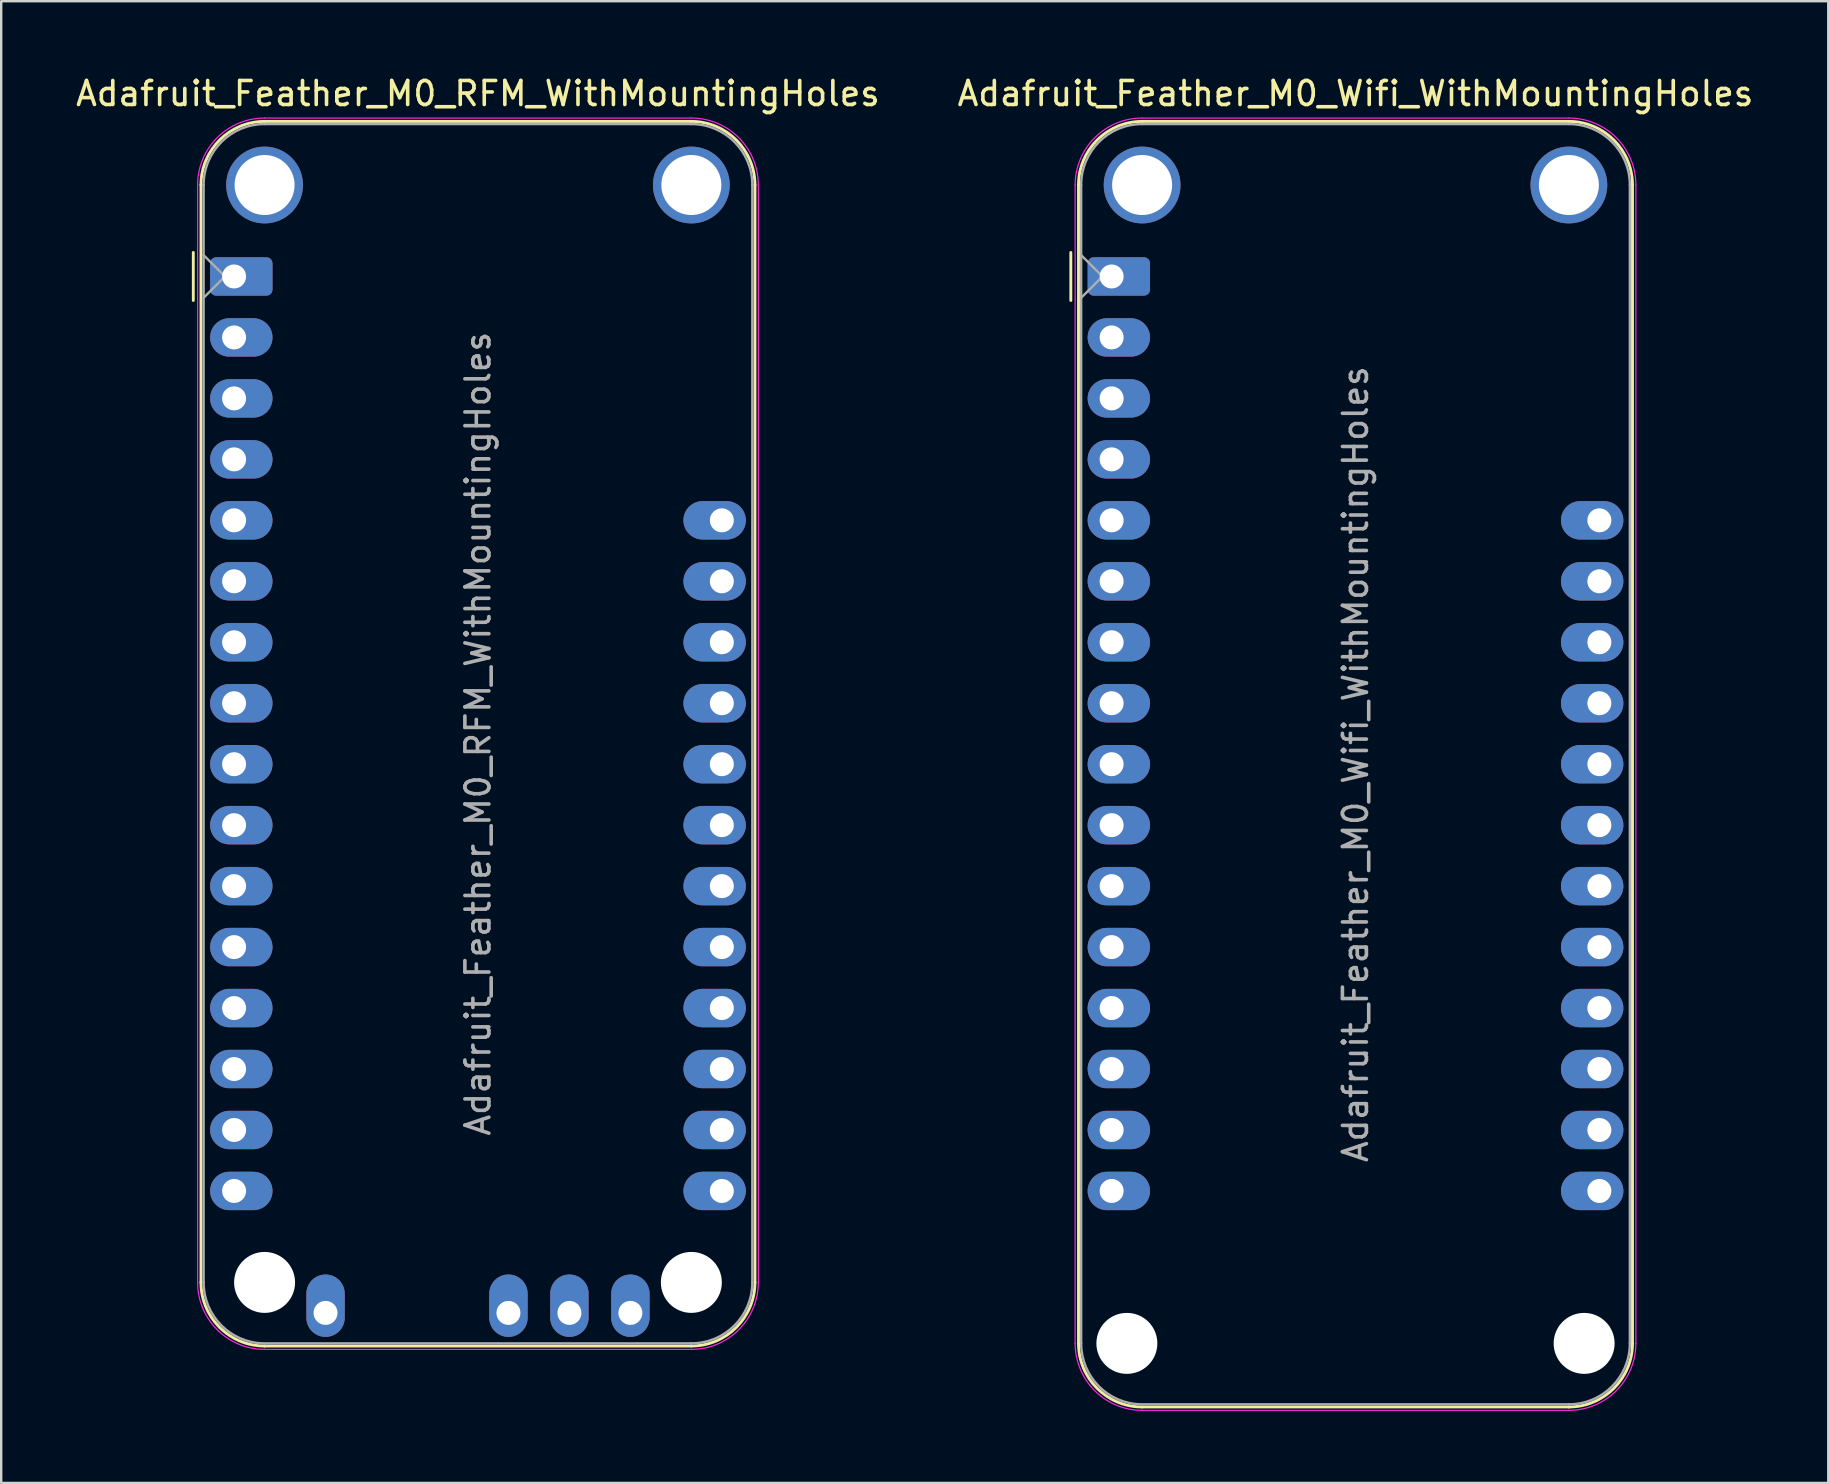
<source format=kicad_pcb>
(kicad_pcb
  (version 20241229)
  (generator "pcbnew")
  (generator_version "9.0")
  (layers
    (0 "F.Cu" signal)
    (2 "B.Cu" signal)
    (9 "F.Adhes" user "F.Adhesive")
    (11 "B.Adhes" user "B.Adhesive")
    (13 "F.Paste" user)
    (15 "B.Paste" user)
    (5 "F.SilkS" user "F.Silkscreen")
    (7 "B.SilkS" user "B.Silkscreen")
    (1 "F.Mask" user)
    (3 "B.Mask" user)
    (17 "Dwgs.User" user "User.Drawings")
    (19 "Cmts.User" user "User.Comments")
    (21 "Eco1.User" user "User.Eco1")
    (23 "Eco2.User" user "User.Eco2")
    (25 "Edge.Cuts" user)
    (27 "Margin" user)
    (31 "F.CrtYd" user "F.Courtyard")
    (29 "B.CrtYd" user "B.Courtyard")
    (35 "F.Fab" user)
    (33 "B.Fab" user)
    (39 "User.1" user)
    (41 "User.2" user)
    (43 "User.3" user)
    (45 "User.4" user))
  (footprint "Adafruit_Feather_M0_RFM_WithMountingHoles"
    (layer "F.Cu")
    (at 6.703 8.468)
    (property "Reference" "Adafruit_Feather_M0_RFM_WithMountingHoles" (at 10.16 -7.62 0) (layer "F.SilkS") (effects (font (size 1 1) (thickness 0.15))))
    (attr through_hole)
    (fp_line (start -1.7 1) (end -1.7 -1) (stroke (width 0.12) (type solid)) (layer "F.SilkS"))
    (fp_line (start -1.38 -3.81) (end -1.38 41.91) (stroke (width 0.12) (type solid)) (layer "F.SilkS"))
    (fp_line (start 19.05 -6.46) (end 1.27 -6.46) (stroke (width 0.12) (type solid)) (layer "F.SilkS"))
    (fp_line (start 19.05 44.56) (end 1.27 44.56) (stroke (width 0.12) (type solid)) (layer "F.SilkS"))
    (fp_line (start 21.7 -3.81) (end 21.7 41.91) (stroke (width 0.12) (type solid)) (layer "F.SilkS"))
    (fp_arc (start -1.38 -3.81) (mid -0.603833 -5.683833) (end 1.27 -6.46) (stroke (width 0.12) (type solid)) (layer "F.SilkS"))
    (fp_arc (start 1.27 44.56) (mid -0.603833 43.783833) (end -1.38 41.91) (stroke (width 0.12) (type solid)) (layer "F.SilkS"))
    (fp_arc (start 19.05 -6.46) (mid 20.923833 -5.683833) (end 21.7 -3.81) (stroke (width 0.12) (type solid)) (layer "F.SilkS"))
    (fp_arc (start 21.7 41.91) (mid 20.923833 43.783833) (end 19.05 44.56) (stroke (width 0.12) (type solid)) (layer "F.SilkS"))
    (fp_line (start -1.52 41.91) (end -1.52 -3.81) (stroke (width 0.05) (type solid)) (layer "F.CrtYd"))
    (fp_line (start 19.05 -6.6) (end 1.27 -6.6) (stroke (width 0.05) (type solid)) (layer "F.CrtYd"))
    (fp_line (start 19.05 44.7) (end 1.27 44.7) (stroke (width 0.05) (type solid)) (layer "F.CrtYd"))
    (fp_line (start 21.84 41.91) (end 21.84 -3.81) (stroke (width 0.05) (type solid)) (layer "F.CrtYd"))
    (fp_arc (start -1.52 -3.81) (mid -0.702828 -5.782828) (end 1.27 -6.6) (stroke (width 0.05) (type solid)) (layer "F.CrtYd"))
    (fp_arc (start 1.27 44.7) (mid -0.702828 43.882828) (end -1.52 41.91) (stroke (width 0.05) (type solid)) (layer "F.CrtYd"))
    (fp_arc (start 19.05 -6.6) (mid 21.022828 -5.782828) (end 21.84 -3.81) (stroke (width 0.05) (type solid)) (layer "F.CrtYd"))
    (fp_arc (start 21.84 41.91) (mid 21.022828 43.882828) (end 19.05 44.7) (stroke (width 0.05) (type solid)) (layer "F.CrtYd"))
    (fp_line (start -1.27 -3.81) (end -1.27 41.91) (stroke (width 0.1) (type solid)) (layer "F.Fab"))
    (fp_line (start -1.27 -0.889) (end -0.381 0) (stroke (width 0.1) (type solid)) (layer "F.Fab"))
    (fp_line (start -0.381 0) (end -1.27 0.889) (stroke (width 0.1) (type solid)) (layer "F.Fab"))
    (fp_line (start 1.27 44.45) (end 19.05 44.45) (stroke (width 0.1) (type solid)) (layer "F.Fab"))
    (fp_line (start 19.05 -6.35) (end 1.27 -6.35) (stroke (width 0.1) (type solid)) (layer "F.Fab"))
    (fp_line (start 21.59 41.91) (end 21.59 -3.81) (stroke (width 0.1) (type solid)) (layer "F.Fab"))
    (fp_arc (start -1.27 -3.81) (mid -0.526051 -5.606051) (end 1.27 -6.35) (stroke (width 0.1) (type solid)) (layer "F.Fab"))
    (fp_arc (start 1.221238 44.449532) (mid -0.543209 43.688728) (end -1.27 41.91) (stroke (width 0.1) (type solid)) (layer "F.Fab"))
    (fp_arc (start 19.05 -6.35) (mid 20.846051 -5.606051) (end 21.59 -3.81) (stroke (width 0.1) (type solid)) (layer "F.Fab"))
    (fp_arc (start 21.59 41.91) (mid 20.846051 43.706051) (end 19.05 44.45) (stroke (width 0.1) (type solid)) (layer "F.Fab"))
    (fp_text user "${REFERENCE}" (at 10.16 19.05 270) (layer "F.Fab") (effects (font (size 1 1) (thickness 0.15))))
    (pad "" np_thru_hole circle (at 1.27 -3.81 270) (size 3.2 3.2) (drill 2.5) (layers "*.Cu" "*.Mask"))
    (pad "" np_thru_hole circle (at 1.27 41.91 270) (size 2.54 2.54) (drill 2.54) (layers "*.Cu" "*.Mask"))
    (pad "" np_thru_hole circle (at 19.05 -3.81 270) (size 3.2 3.2) (drill 2.5) (layers "*.Cu" "*.Mask"))
    (pad "" np_thru_hole circle (at 19.05 41.91 270) (size 2.54 2.54) (drill 2.54) (layers "*.Cu" "*.Mask"))
    (pad "1" thru_hole roundrect (at 0 0) (size 2.6 1.6) (drill 1 (offset 0.3 0)) (layers "*.Cu" "*.Mask") (roundrect_rratio 0.156))
    (pad "2" thru_hole oval (at 0 2.54) (size 2.6 1.6) (drill 1 (offset 0.3 0)) (layers "*.Cu" "*.Mask"))
    (pad "3" thru_hole oval (at 0 5.08) (size 2.6 1.6) (drill 1 (offset 0.3 0)) (layers "*.Cu" "*.Mask"))
    (pad "4" thru_hole oval (at 0 7.62) (size 2.6 1.6) (drill 1 (offset 0.3 0)) (layers "*.Cu" "*.Mask"))
    (pad "5" thru_hole oval (at 0 10.16) (size 2.6 1.6) (drill 1 (offset 0.3 0)) (layers "*.Cu" "*.Mask"))
    (pad "6" thru_hole oval (at 0 12.7) (size 2.6 1.6) (drill 1 (offset 0.3 0)) (layers "*.Cu" "*.Mask"))
    (pad "7" thru_hole oval (at 0 15.24) (size 2.6 1.6) (drill 1 (offset 0.3 0)) (layers "*.Cu" "*.Mask"))
    (pad "8" thru_hole oval (at 0 17.78) (size 2.6 1.6) (drill 1 (offset 0.3 0)) (layers "*.Cu" "*.Mask"))
    (pad "9" thru_hole oval (at 0 20.32) (size 2.6 1.6) (drill 1 (offset 0.3 0)) (layers "*.Cu" "*.Mask"))
    (pad "10" thru_hole oval (at 0 22.86) (size 2.6 1.6) (drill 1 (offset 0.3 0)) (layers "*.Cu" "*.Mask"))
    (pad "11" thru_hole oval (at 0 25.4) (size 2.6 1.6) (drill 1 (offset 0.3 0)) (layers "*.Cu" "*.Mask"))
    (pad "12" thru_hole oval (at 0 27.94) (size 2.6 1.6) (drill 1 (offset 0.3 0)) (layers "*.Cu" "*.Mask"))
    (pad "13" thru_hole oval (at 0 30.48) (size 2.6 1.6) (drill 1 (offset 0.3 0)) (layers "*.Cu" "*.Mask"))
    (pad "14" thru_hole oval (at 0 33.02) (size 2.6 1.6) (drill 1 (offset 0.3 0)) (layers "*.Cu" "*.Mask"))
    (pad "15" thru_hole oval (at 0 35.56) (size 2.6 1.6) (drill 1 (offset 0.3 0)) (layers "*.Cu" "*.Mask"))
    (pad "16" thru_hole oval (at 0 38.1) (size 2.6 1.6) (drill 1 (offset 0.3 0)) (layers "*.Cu" "*.Mask"))
    (pad "17" thru_hole oval (at 20.32 38.1 180) (size 2.6 1.6) (drill 1 (offset 0.3 0)) (layers "*.Cu" "*.Mask"))
    (pad "18" thru_hole oval (at 20.32 35.56 180) (size 2.6 1.6) (drill 1 (offset 0.3 0)) (layers "*.Cu" "*.Mask"))
    (pad "19" thru_hole oval (at 20.32 33.02 180) (size 2.6 1.6) (drill 1 (offset 0.3 0)) (layers "*.Cu" "*.Mask"))
    (pad "20" thru_hole oval (at 20.32 30.48 180) (size 2.6 1.6) (drill 1 (offset 0.3 0)) (layers "*.Cu" "*.Mask"))
    (pad "21" thru_hole oval (at 20.32 27.94 180) (size 2.6 1.6) (drill 1 (offset 0.3 0)) (layers "*.Cu" "*.Mask"))
    (pad "22" thru_hole oval (at 20.32 25.4 180) (size 2.6 1.6) (drill 1 (offset 0.3 0)) (layers "*.Cu" "*.Mask"))
    (pad "23" thru_hole oval (at 20.32 22.86 180) (size 2.6 1.6) (drill 1 (offset 0.3 0)) (layers "*.Cu" "*.Mask"))
    (pad "24" thru_hole oval (at 20.32 20.32 180) (size 2.6 1.6) (drill 1 (offset 0.3 0)) (layers "*.Cu" "*.Mask"))
    (pad "25" thru_hole oval (at 20.32 17.78 180) (size 2.6 1.6) (drill 1 (offset 0.3 0)) (layers "*.Cu" "*.Mask"))
    (pad "26" thru_hole oval (at 20.32 15.24 180) (size 2.6 1.6) (drill 1 (offset 0.3 0)) (layers "*.Cu" "*.Mask"))
    (pad "27" thru_hole oval (at 20.32 12.7 180) (size 2.6 1.6) (drill 1 (offset 0.3 0)) (layers "*.Cu" "*.Mask"))
    (pad "28" thru_hole oval (at 20.32 10.16 180) (size 2.6 1.6) (drill 1 (offset 0.3 0)) (layers "*.Cu" "*.Mask"))
    (pad "29" thru_hole oval (at 3.81 43.18 90) (size 2.6 1.6) (drill 1 (offset 0.3 0)) (layers "*.Cu" "*.Mask"))
    (pad "30" thru_hole oval (at 11.43 43.18 90) (size 2.6 1.6) (drill 1 (offset 0.3 0)) (layers "*.Cu" "*.Mask"))
    (pad "31" thru_hole oval (at 13.97 43.18 90) (size 2.6 1.6) (drill 1 (offset 0.3 0)) (layers "*.Cu" "*.Mask"))
    (pad "32" thru_hole oval (at 16.51 43.18 90) (size 2.6 1.6) (drill 1 (offset 0.3 0)) (layers "*.Cu" "*.Mask")))
  (footprint "Adafruit_Feather_M0_Wifi_WithMountingHoles"
    (layer "F.Cu")
    (at 43.263 8.468)
    (property "Reference" "Adafruit_Feather_M0_Wifi_WithMountingHoles" (at 10.16 -7.62 0) (layer "F.SilkS") (effects (font (size 1 1) (thickness 0.15))))
    (attr through_hole)
    (fp_line (start -1.7 1) (end -1.7 -1) (stroke (width 0.12) (type solid)) (layer "F.SilkS"))
    (fp_line (start -1.38 -3.81) (end -1.38 44.45) (stroke (width 0.12) (type solid)) (layer "F.SilkS"))
    (fp_line (start 19.05 -6.46) (end 1.27 -6.46) (stroke (width 0.12) (type solid)) (layer "F.SilkS"))
    (fp_line (start 19.05 47.1) (end 1.27 47.1) (stroke (width 0.12) (type solid)) (layer "F.SilkS"))
    (fp_line (start 21.7 -3.81) (end 21.7 44.45) (stroke (width 0.12) (type solid)) (layer "F.SilkS"))
    (fp_arc (start -1.38 -3.81) (mid -0.603833 -5.683833) (end 1.27 -6.46) (stroke (width 0.12) (type solid)) (layer "F.SilkS"))
    (fp_arc (start 1.27 47.1) (mid -0.603833 46.323833) (end -1.38 44.45) (stroke (width 0.12) (type solid)) (layer "F.SilkS"))
    (fp_arc (start 19.05 -6.46) (mid 20.923833 -5.683833) (end 21.7 -3.81) (stroke (width 0.12) (type solid)) (layer "F.SilkS"))
    (fp_arc (start 21.7 44.45) (mid 20.923833 46.323833) (end 19.05 47.1) (stroke (width 0.12) (type solid)) (layer "F.SilkS"))
    (fp_line (start -1.52 44.45) (end -1.52 -3.81) (stroke (width 0.05) (type solid)) (layer "F.CrtYd"))
    (fp_line (start 19.05 -6.6) (end 1.27 -6.6) (stroke (width 0.05) (type solid)) (layer "F.CrtYd"))
    (fp_line (start 19.05 47.24) (end 1.27 47.24) (stroke (width 0.05) (type solid)) (layer "F.CrtYd"))
    (fp_line (start 21.84 44.45) (end 21.84 -3.81) (stroke (width 0.05) (type solid)) (layer "F.CrtYd"))
    (fp_arc (start -1.52 -3.81) (mid -0.702828 -5.782828) (end 1.27 -6.6) (stroke (width 0.05) (type solid)) (layer "F.CrtYd"))
    (fp_arc (start 1.27 47.24) (mid -0.702828 46.422828) (end -1.52 44.45) (stroke (width 0.05) (type solid)) (layer "F.CrtYd"))
    (fp_arc (start 19.05 -6.6) (mid 21.022828 -5.782828) (end 21.84 -3.81) (stroke (width 0.05) (type solid)) (layer "F.CrtYd"))
    (fp_arc (start 21.84 44.45) (mid 21.022828 46.422828) (end 19.05 47.24) (stroke (width 0.05) (type solid)) (layer "F.CrtYd"))
    (fp_line (start -1.27 -3.81) (end -1.27 44.45) (stroke (width 0.1) (type solid)) (layer "F.Fab"))
    (fp_line (start -1.27 -0.889) (end -0.381 0) (stroke (width 0.1) (type solid)) (layer "F.Fab"))
    (fp_line (start -0.381 0) (end -1.27 0.889) (stroke (width 0.1) (type solid)) (layer "F.Fab"))
    (fp_line (start 1.27 46.99) (end 19.05 46.99) (stroke (width 0.1) (type solid)) (layer "F.Fab"))
    (fp_line (start 19.05 -6.35) (end 1.27 -6.35) (stroke (width 0.1) (type solid)) (layer "F.Fab"))
    (fp_line (start 21.59 44.45) (end 21.59 -3.81) (stroke (width 0.1) (type solid)) (layer "F.Fab"))
    (fp_arc (start -1.27 -3.81) (mid -0.526051 -5.606051) (end 1.27 -6.35) (stroke (width 0.1) (type solid)) (layer "F.Fab"))
    (fp_arc (start 1.221238 46.989532) (mid -0.543209 46.228728) (end -1.27 44.45) (stroke (width 0.1) (type solid)) (layer "F.Fab"))
    (fp_arc (start 19.05 -6.35) (mid 20.846051 -5.606051) (end 21.59 -3.81) (stroke (width 0.1) (type solid)) (layer "F.Fab"))
    (fp_arc (start 21.59 44.45) (mid 20.846051 46.246051) (end 19.05 46.99) (stroke (width 0.1) (type solid)) (layer "F.Fab"))
    (fp_text user "${REFERENCE}" (at 10.16 20.32 270) (layer "F.Fab") (effects (font (size 1 1) (thickness 0.15))))
    (pad "" np_thru_hole circle (at 0.635 44.45 270) (size 2.54 2.54) (drill 2.54) (layers "*.Cu" "*.Mask"))
    (pad "" np_thru_hole circle (at 1.27 -3.81 270) (size 3.2 3.2) (drill 2.5) (layers "*.Cu" "*.Mask"))
    (pad "" np_thru_hole circle (at 19.05 -3.81 270) (size 3.2 3.2) (drill 2.5) (layers "*.Cu" "*.Mask"))
    (pad "" np_thru_hole circle (at 19.685 44.45 270) (size 2.54 2.54) (drill 2.54) (layers "*.Cu" "*.Mask"))
    (pad "1" thru_hole roundrect (at 0 0) (size 2.6 1.6) (drill 1 (offset 0.3 0)) (layers "*.Cu" "*.Mask") (roundrect_rratio 0.156))
    (pad "2" thru_hole oval (at 0 2.54) (size 2.6 1.6) (drill 1 (offset 0.3 0)) (layers "*.Cu" "*.Mask"))
    (pad "3" thru_hole oval (at 0 5.08) (size 2.6 1.6) (drill 1 (offset 0.3 0)) (layers "*.Cu" "*.Mask"))
    (pad "4" thru_hole oval (at 0 7.62) (size 2.6 1.6) (drill 1 (offset 0.3 0)) (layers "*.Cu" "*.Mask"))
    (pad "5" thru_hole oval (at 0 10.16) (size 2.6 1.6) (drill 1 (offset 0.3 0)) (layers "*.Cu" "*.Mask"))
    (pad "6" thru_hole oval (at 0 12.7) (size 2.6 1.6) (drill 1 (offset 0.3 0)) (layers "*.Cu" "*.Mask"))
    (pad "7" thru_hole oval (at 0 15.24) (size 2.6 1.6) (drill 1 (offset 0.3 0)) (layers "*.Cu" "*.Mask"))
    (pad "8" thru_hole oval (at 0 17.78) (size 2.6 1.6) (drill 1 (offset 0.3 0)) (layers "*.Cu" "*.Mask"))
    (pad "9" thru_hole oval (at 0 20.32) (size 2.6 1.6) (drill 1 (offset 0.3 0)) (layers "*.Cu" "*.Mask"))
    (pad "10" thru_hole oval (at 0 22.86) (size 2.6 1.6) (drill 1 (offset 0.3 0)) (layers "*.Cu" "*.Mask"))
    (pad "11" thru_hole oval (at 0 25.4) (size 2.6 1.6) (drill 1 (offset 0.3 0)) (layers "*.Cu" "*.Mask"))
    (pad "12" thru_hole oval (at 0 27.94) (size 2.6 1.6) (drill 1 (offset 0.3 0)) (layers "*.Cu" "*.Mask"))
    (pad "13" thru_hole oval (at 0 30.48) (size 2.6 1.6) (drill 1 (offset 0.3 0)) (layers "*.Cu" "*.Mask"))
    (pad "14" thru_hole oval (at 0 33.02) (size 2.6 1.6) (drill 1 (offset 0.3 0)) (layers "*.Cu" "*.Mask"))
    (pad "15" thru_hole oval (at 0 35.56) (size 2.6 1.6) (drill 1 (offset 0.3 0)) (layers "*.Cu" "*.Mask"))
    (pad "16" thru_hole oval (at 0 38.1) (size 2.6 1.6) (drill 1 (offset 0.3 0)) (layers "*.Cu" "*.Mask"))
    (pad "17" thru_hole oval (at 20.32 38.1 180) (size 2.6 1.6) (drill 1 (offset 0.3 0)) (layers "*.Cu" "*.Mask"))
    (pad "18" thru_hole oval (at 20.32 35.56 180) (size 2.6 1.6) (drill 1 (offset 0.3 0)) (layers "*.Cu" "*.Mask"))
    (pad "19" thru_hole oval (at 20.32 33.02 180) (size 2.6 1.6) (drill 1 (offset 0.3 0)) (layers "*.Cu" "*.Mask"))
    (pad "20" thru_hole oval (at 20.32 30.48 180) (size 2.6 1.6) (drill 1 (offset 0.3 0)) (layers "*.Cu" "*.Mask"))
    (pad "21" thru_hole oval (at 20.32 27.94 180) (size 2.6 1.6) (drill 1 (offset 0.3 0)) (layers "*.Cu" "*.Mask"))
    (pad "22" thru_hole oval (at 20.32 25.4 180) (size 2.6 1.6) (drill 1 (offset 0.3 0)) (layers "*.Cu" "*.Mask"))
    (pad "23" thru_hole oval (at 20.32 22.86 180) (size 2.6 1.6) (drill 1 (offset 0.3 0)) (layers "*.Cu" "*.Mask"))
    (pad "24" thru_hole oval (at 20.32 20.32 180) (size 2.6 1.6) (drill 1 (offset 0.3 0)) (layers "*.Cu" "*.Mask"))
    (pad "25" thru_hole oval (at 20.32 17.78 180) (size 2.6 1.6) (drill 1 (offset 0.3 0)) (layers "*.Cu" "*.Mask"))
    (pad "26" thru_hole oval (at 20.32 15.24 180) (size 2.6 1.6) (drill 1 (offset 0.3 0)) (layers "*.Cu" "*.Mask"))
    (pad "27" thru_hole oval (at 20.32 12.7 180) (size 2.6 1.6) (drill 1 (offset 0.3 0)) (layers "*.Cu" "*.Mask"))
    (pad "28" thru_hole oval (at 20.32 10.16 180) (size 2.6 1.6) (drill 1 (offset 0.3 0)) (layers "*.Cu" "*.Mask")))
  (gr_rect
    (start -3 -3)
    (end 73.119 58.733)
    (stroke (width 0.1) (type default))
    (fill no)
    (layer "Edge.Cuts")))
</source>
